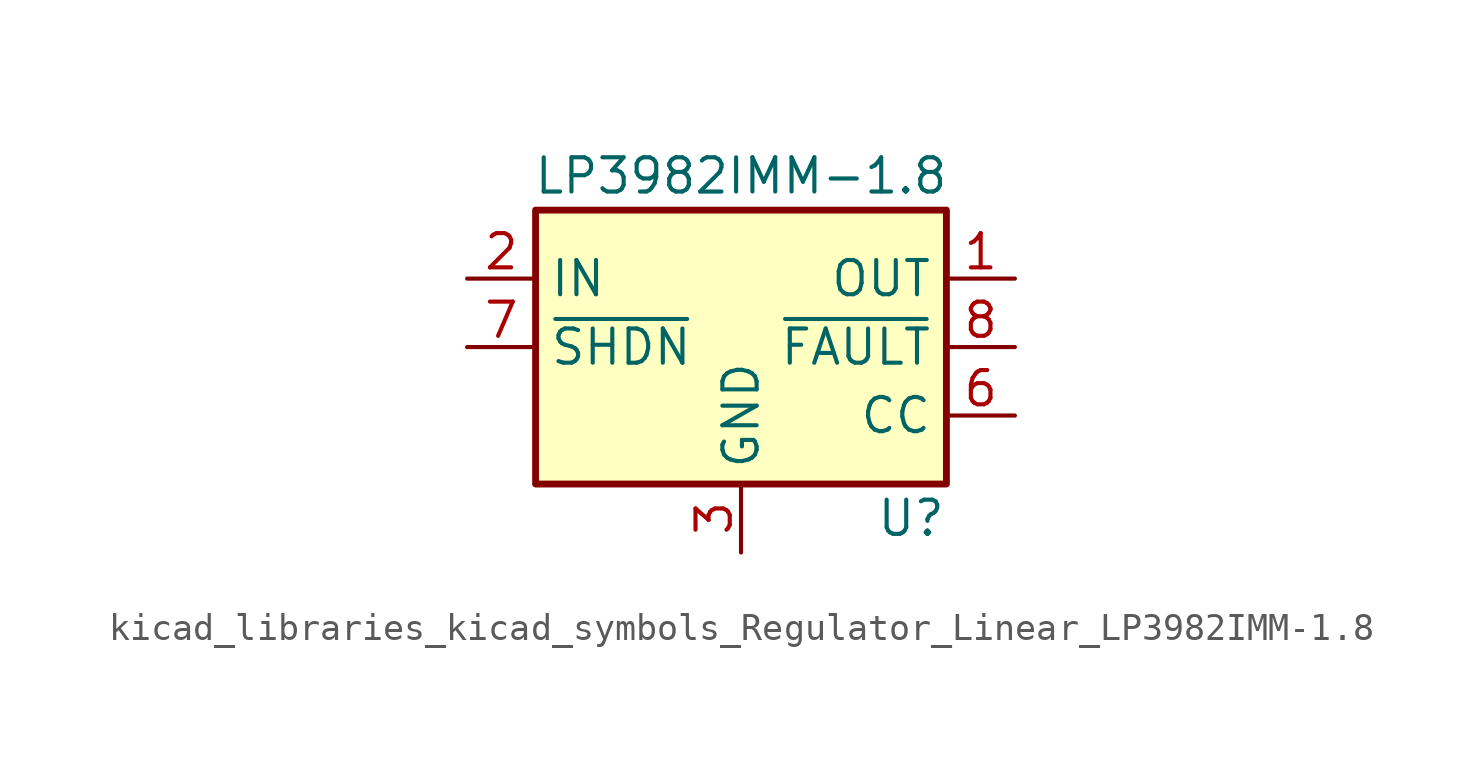
<source format=kicad_sym>
(kicad_symbol_lib
  (version 20220914)
  (generator kicad_symbol_editor)
  (symbol "kicad_libraries_kicad_symbols_Regulator_Linear_LP3982IMM-1.8"
    (property "Reference" "U"
      (at 7.62 -6.35 0)
      (effects (font (size 1.27 1.27)) (justify right)))
    (property "Value" "LP3982IMM-1.8"
      (at 0 6.35 0)
      (effects (font (size 1.27 1.27))))
    (symbol "kicad_libraries_kicad_symbols_Regulator_Linear_LP3982IMM-1.8_0_1"
      (rectangle (start -7.62 5.08) (end 7.62 -5.08) (stroke (width 0.254) (type default)) (fill (type background))))
    (symbol "kicad_libraries_kicad_symbols_Regulator_Linear_LP3982IMM-1.8_1_1"
      (pin power_out line (at 10.16 2.54 180) (length 2.54) (name "OUT" (effects (font (size 1.27 1.27)))) (number "1" (effects (font (size 1.27 1.27)))))
      (pin power_in line (at -10.16 2.54 0) (length 2.54) (name "IN" (effects (font (size 1.27 1.27)))) (number "2" (effects (font (size 1.27 1.27)))))
      (pin power_in line (at 0 -7.62 90) (length 2.54) (name "GND" (effects (font (size 1.27 1.27)))) (number "3" (effects (font (size 1.27 1.27)))))
      (pin passive line (at 10.16 2.54 180) (length 2.54) hide (name "OUT" (effects (font (size 1.27 1.27)))) (number "4" (effects (font (size 1.27 1.27)))))
      (pin no_connect line (at -7.62 -2.54 0) (length 2.54) hide (name "NC" (effects (font (size 1.27 1.27)))) (number "5" (effects (font (size 1.27 1.27)))))
      (pin passive line (at 10.16 -2.54 180) (length 2.54) (name "CC" (effects (font (size 1.27 1.27)))) (number "6" (effects (font (size 1.27 1.27)))))
      (pin input line (at -10.16 0 0) (length 2.54) (name "~{SHDN}" (effects (font (size 1.27 1.27)))) (number "7" (effects (font (size 1.27 1.27)))))
      (pin open_collector line (at 10.16 0 180) (length 2.54) (name "~{FAULT}" (effects (font (size 1.27 1.27)))) (number "8" (effects (font (size 1.27 1.27))))))))
</source>
